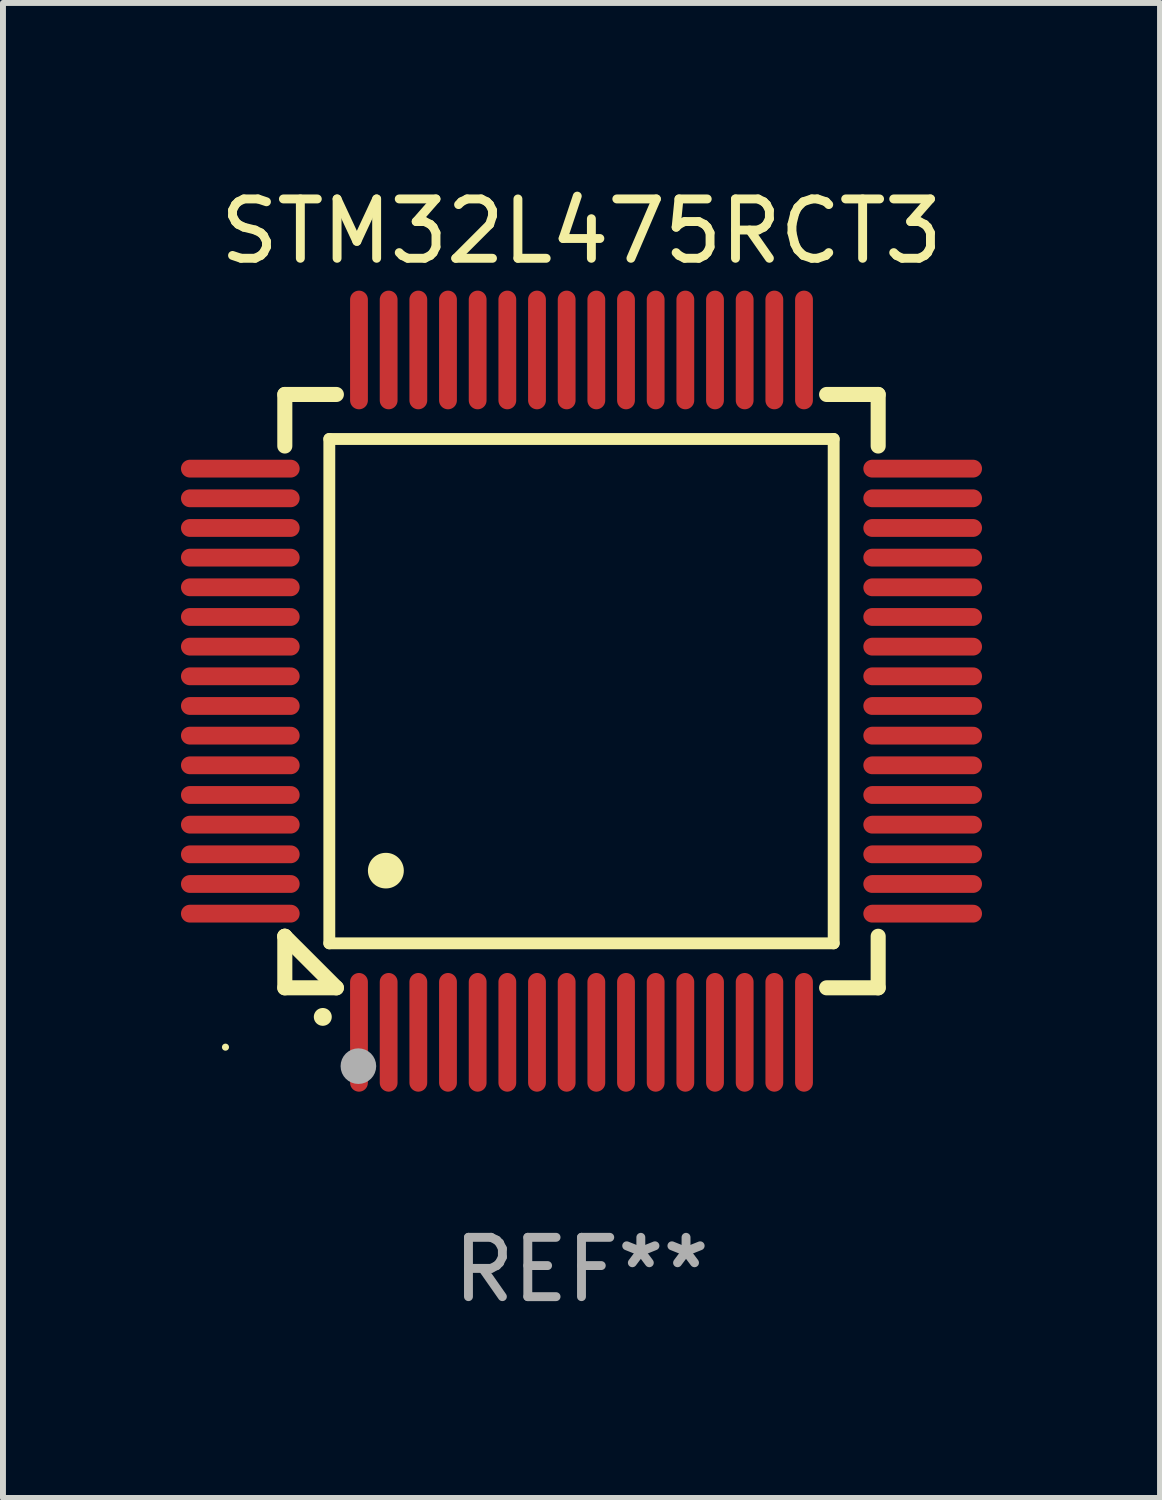
<source format=kicad_pcb>
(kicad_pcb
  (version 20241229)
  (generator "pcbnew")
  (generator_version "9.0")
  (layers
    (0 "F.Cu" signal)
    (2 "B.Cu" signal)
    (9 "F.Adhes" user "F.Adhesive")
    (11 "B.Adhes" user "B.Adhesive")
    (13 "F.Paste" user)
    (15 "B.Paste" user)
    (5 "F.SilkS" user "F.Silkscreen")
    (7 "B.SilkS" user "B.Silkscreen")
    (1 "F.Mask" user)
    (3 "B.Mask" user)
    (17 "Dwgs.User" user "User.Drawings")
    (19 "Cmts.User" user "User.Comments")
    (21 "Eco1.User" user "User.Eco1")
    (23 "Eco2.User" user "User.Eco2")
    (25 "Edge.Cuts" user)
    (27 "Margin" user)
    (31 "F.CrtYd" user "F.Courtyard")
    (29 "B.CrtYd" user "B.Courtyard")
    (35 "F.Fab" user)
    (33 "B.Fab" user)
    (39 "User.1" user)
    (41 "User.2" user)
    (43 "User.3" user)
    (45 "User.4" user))
  (footprint "STM32L475RCT3"
    (layer "F.Cu")
    (at 6.75 8.598)
    (property "Reference" "STM32L475RCT3" (at 0 -7.75 0) (layer "F.SilkS") (effects (font (size 1 1) (thickness 0.15))))
    (attr through_hole)
    (fp_line (start -5 -5) (end -4.131 -5) (stroke (width 0.254) (type solid)) (layer "F.SilkS"))
    (fp_line (start -5 -4.131) (end -5 -5) (stroke (width 0.254) (type solid)) (layer "F.SilkS"))
    (fp_line (start -5 4.131) (end -5 4.131) (stroke (width 0.254) (type solid)) (layer "F.SilkS"))
    (fp_line (start -5 5) (end -5 4.131) (stroke (width 0.254) (type solid)) (layer "F.SilkS"))
    (fp_line (start -5 4.131) (end -4.131 5) (stroke (width 0.254) (type solid)) (layer "F.SilkS"))
    (fp_line (start -4.25 -4.25) (end -4.25 4.25) (stroke (width 0.2) (type solid)) (layer "F.SilkS"))
    (fp_line (start -4.25 4.25) (end 4.25 4.25) (stroke (width 0.2) (type solid)) (layer "F.SilkS"))
    (fp_line (start -4.131 5) (end -5 5) (stroke (width 0.254) (type solid)) (layer "F.SilkS"))
    (fp_line (start 4.25 -4.25) (end -4.25 -4.25) (stroke (width 0.2) (type solid)) (layer "F.SilkS"))
    (fp_line (start 4.25 4.25) (end 4.25 -4.25) (stroke (width 0.2) (type solid)) (layer "F.SilkS"))
    (fp_line (start 5 -5) (end 4.131 -5) (stroke (width 0.254) (type solid)) (layer "F.SilkS"))
    (fp_line (start 5 -5) (end 5 -4.131) (stroke (width 0.254) (type solid)) (layer "F.SilkS"))
    (fp_line (start 5 4.131) (end 5 5) (stroke (width 0.254) (type solid)) (layer "F.SilkS"))
    (fp_line (start 5 5) (end 4.131 5) (stroke (width 0.254) (type solid)) (layer "F.SilkS"))
    (fp_arc (start -4.361265 5.489992) (mid -4.359995 5.489987) (end -4.358725 5.489992) (stroke (width 0.3) (type solid)) (layer "F.SilkS"))
    (fp_arc (start -3.299467 3.025146) (mid -3.296927 3.025135) (end -3.294387 3.025146) (stroke (width 0.6) (type solid)) (layer "F.SilkS"))
    (fp_circle (center -6 6) (end -5.97 6) (stroke (width 0.06) (type solid)) (fill no) (layer "F.SilkS"))
    (fp_circle (center -3.76 6.32) (end -3.61 6.32) (stroke (width 0.3) (type solid)) (fill no) (layer "F.Fab"))
    (fp_text user "REF**" (at 0 9.75 0) (layer "F.Fab") (effects (font (size 1 1) (thickness 0.15))))
    (pad "1" smd oval (at -3.75 5.75) (size 0.3 2) (layers "F.Cu" "F.Mask" "F.Paste"))
    (pad "2" smd oval (at -3.25 5.75) (size 0.3 2) (layers "F.Cu" "F.Mask" "F.Paste"))
    (pad "3" smd oval (at -2.75 5.75) (size 0.3 2) (layers "F.Cu" "F.Mask" "F.Paste"))
    (pad "4" smd oval (at -2.25 5.75) (size 0.3 2) (layers "F.Cu" "F.Mask" "F.Paste"))
    (pad "5" smd oval (at -1.75 5.75) (size 0.3 2) (layers "F.Cu" "F.Mask" "F.Paste"))
    (pad "6" smd oval (at -1.25 5.75) (size 0.3 2) (layers "F.Cu" "F.Mask" "F.Paste"))
    (pad "7" smd oval (at -0.75 5.75) (size 0.3 2) (layers "F.Cu" "F.Mask" "F.Paste"))
    (pad "8" smd oval (at -0.25 5.75) (size 0.3 2) (layers "F.Cu" "F.Mask" "F.Paste"))
    (pad "9" smd oval (at 0.25 5.75) (size 0.3 2) (layers "F.Cu" "F.Mask" "F.Paste"))
    (pad "10" smd oval (at 0.75 5.75) (size 0.3 2) (layers "F.Cu" "F.Mask" "F.Paste"))
    (pad "11" smd oval (at 1.25 5.75) (size 0.3 2) (layers "F.Cu" "F.Mask" "F.Paste"))
    (pad "12" smd oval (at 1.75 5.75) (size 0.3 2) (layers "F.Cu" "F.Mask" "F.Paste"))
    (pad "13" smd oval (at 2.25 5.75) (size 0.3 2) (layers "F.Cu" "F.Mask" "F.Paste"))
    (pad "14" smd oval (at 2.75 5.75) (size 0.3 2) (layers "F.Cu" "F.Mask" "F.Paste"))
    (pad "15" smd oval (at 3.25 5.75) (size 0.3 2) (layers "F.Cu" "F.Mask" "F.Paste"))
    (pad "16" smd oval (at 3.75 5.75) (size 0.3 2) (layers "F.Cu" "F.Mask" "F.Paste"))
    (pad "17" smd oval (at 5.75 3.75) (size 2 0.3) (layers "F.Cu" "F.Mask" "F.Paste"))
    (pad "18" smd oval (at 5.75 3.25) (size 2 0.3) (layers "F.Cu" "F.Mask" "F.Paste"))
    (pad "19" smd oval (at 5.75 2.75) (size 2 0.3) (layers "F.Cu" "F.Mask" "F.Paste"))
    (pad "20" smd oval (at 5.75 2.25) (size 2 0.3) (layers "F.Cu" "F.Mask" "F.Paste"))
    (pad "21" smd oval (at 5.75 1.75) (size 2 0.3) (layers "F.Cu" "F.Mask" "F.Paste"))
    (pad "22" smd oval (at 5.75 1.25) (size 2 0.3) (layers "F.Cu" "F.Mask" "F.Paste"))
    (pad "23" smd oval (at 5.75 0.75) (size 2 0.3) (layers "F.Cu" "F.Mask" "F.Paste"))
    (pad "24" smd oval (at 5.75 0.25) (size 2 0.3) (layers "F.Cu" "F.Mask" "F.Paste"))
    (pad "25" smd oval (at 5.75 -0.25) (size 2 0.3) (layers "F.Cu" "F.Mask" "F.Paste"))
    (pad "26" smd oval (at 5.75 -0.75) (size 2 0.3) (layers "F.Cu" "F.Mask" "F.Paste"))
    (pad "27" smd oval (at 5.75 -1.25) (size 2 0.3) (layers "F.Cu" "F.Mask" "F.Paste"))
    (pad "28" smd oval (at 5.75 -1.75) (size 2 0.3) (layers "F.Cu" "F.Mask" "F.Paste"))
    (pad "29" smd oval (at 5.75 -2.25) (size 2 0.3) (layers "F.Cu" "F.Mask" "F.Paste"))
    (pad "30" smd oval (at 5.75 -2.75) (size 2 0.3) (layers "F.Cu" "F.Mask" "F.Paste"))
    (pad "31" smd oval (at 5.75 -3.25) (size 2 0.3) (layers "F.Cu" "F.Mask" "F.Paste"))
    (pad "32" smd oval (at 5.75 -3.75) (size 2 0.3) (layers "F.Cu" "F.Mask" "F.Paste"))
    (pad "33" smd oval (at 3.75 -5.75) (size 0.3 2) (layers "F.Cu" "F.Mask" "F.Paste"))
    (pad "34" smd oval (at 3.25 -5.75) (size 0.3 2) (layers "F.Cu" "F.Mask" "F.Paste"))
    (pad "35" smd oval (at 2.75 -5.75) (size 0.3 2) (layers "F.Cu" "F.Mask" "F.Paste"))
    (pad "36" smd oval (at 2.25 -5.75) (size 0.3 2) (layers "F.Cu" "F.Mask" "F.Paste"))
    (pad "37" smd oval (at 1.75 -5.75) (size 0.3 2) (layers "F.Cu" "F.Mask" "F.Paste"))
    (pad "38" smd oval (at 1.25 -5.75) (size 0.3 2) (layers "F.Cu" "F.Mask" "F.Paste"))
    (pad "39" smd oval (at 0.75 -5.75) (size 0.3 2) (layers "F.Cu" "F.Mask" "F.Paste"))
    (pad "40" smd oval (at 0.25 -5.75) (size 0.3 2) (layers "F.Cu" "F.Mask" "F.Paste"))
    (pad "41" smd oval (at -0.25 -5.75) (size 0.3 2) (layers "F.Cu" "F.Mask" "F.Paste"))
    (pad "42" smd oval (at -0.75 -5.75) (size 0.3 2) (layers "F.Cu" "F.Mask" "F.Paste"))
    (pad "43" smd oval (at -1.25 -5.75) (size 0.3 2) (layers "F.Cu" "F.Mask" "F.Paste"))
    (pad "44" smd oval (at -1.75 -5.75) (size 0.3 2) (layers "F.Cu" "F.Mask" "F.Paste"))
    (pad "45" smd oval (at -2.25 -5.75) (size 0.3 2) (layers "F.Cu" "F.Mask" "F.Paste"))
    (pad "46" smd oval (at -2.75 -5.75) (size 0.3 2) (layers "F.Cu" "F.Mask" "F.Paste"))
    (pad "47" smd oval (at -3.25 -5.75) (size 0.3 2) (layers "F.Cu" "F.Mask" "F.Paste"))
    (pad "48" smd oval (at -3.75 -5.75) (size 0.3 2) (layers "F.Cu" "F.Mask" "F.Paste"))
    (pad "49" smd oval (at -5.75 -3.75) (size 2 0.3) (layers "F.Cu" "F.Mask" "F.Paste"))
    (pad "50" smd oval (at -5.75 -3.25) (size 2 0.3) (layers "F.Cu" "F.Mask" "F.Paste"))
    (pad "51" smd oval (at -5.75 -2.75) (size 2 0.3) (layers "F.Cu" "F.Mask" "F.Paste"))
    (pad "52" smd oval (at -5.75 -2.25) (size 2 0.3) (layers "F.Cu" "F.Mask" "F.Paste"))
    (pad "53" smd oval (at -5.75 -1.75) (size 2 0.3) (layers "F.Cu" "F.Mask" "F.Paste"))
    (pad "54" smd oval (at -5.75 -1.25) (size 2 0.3) (layers "F.Cu" "F.Mask" "F.Paste"))
    (pad "55" smd oval (at -5.75 -0.75) (size 2 0.3) (layers "F.Cu" "F.Mask" "F.Paste"))
    (pad "56" smd oval (at -5.75 -0.25) (size 2 0.3) (layers "F.Cu" "F.Mask" "F.Paste"))
    (pad "57" smd oval (at -5.75 0.25) (size 2 0.3) (layers "F.Cu" "F.Mask" "F.Paste"))
    (pad "58" smd oval (at -5.75 0.75) (size 2 0.3) (layers "F.Cu" "F.Mask" "F.Paste"))
    (pad "59" smd oval (at -5.75 1.25) (size 2 0.3) (layers "F.Cu" "F.Mask" "F.Paste"))
    (pad "60" smd oval (at -5.75 1.75) (size 2 0.3) (layers "F.Cu" "F.Mask" "F.Paste"))
    (pad "61" smd oval (at -5.75 2.25) (size 2 0.3) (layers "F.Cu" "F.Mask" "F.Paste"))
    (pad "62" smd oval (at -5.75 2.75) (size 2 0.3) (layers "F.Cu" "F.Mask" "F.Paste"))
    (pad "63" smd oval (at -5.75 3.25) (size 2 0.3) (layers "F.Cu" "F.Mask" "F.Paste"))
    (pad "64" smd oval (at -5.75 3.75) (size 2 0.3) (layers "F.Cu" "F.Mask" "F.Paste")))
  (gr_rect
    (start -3 -3)
    (end 16.5 22.196)
    (stroke (width 0.1) (type default))
    (fill no)
    (layer "Edge.Cuts")))
</source>
